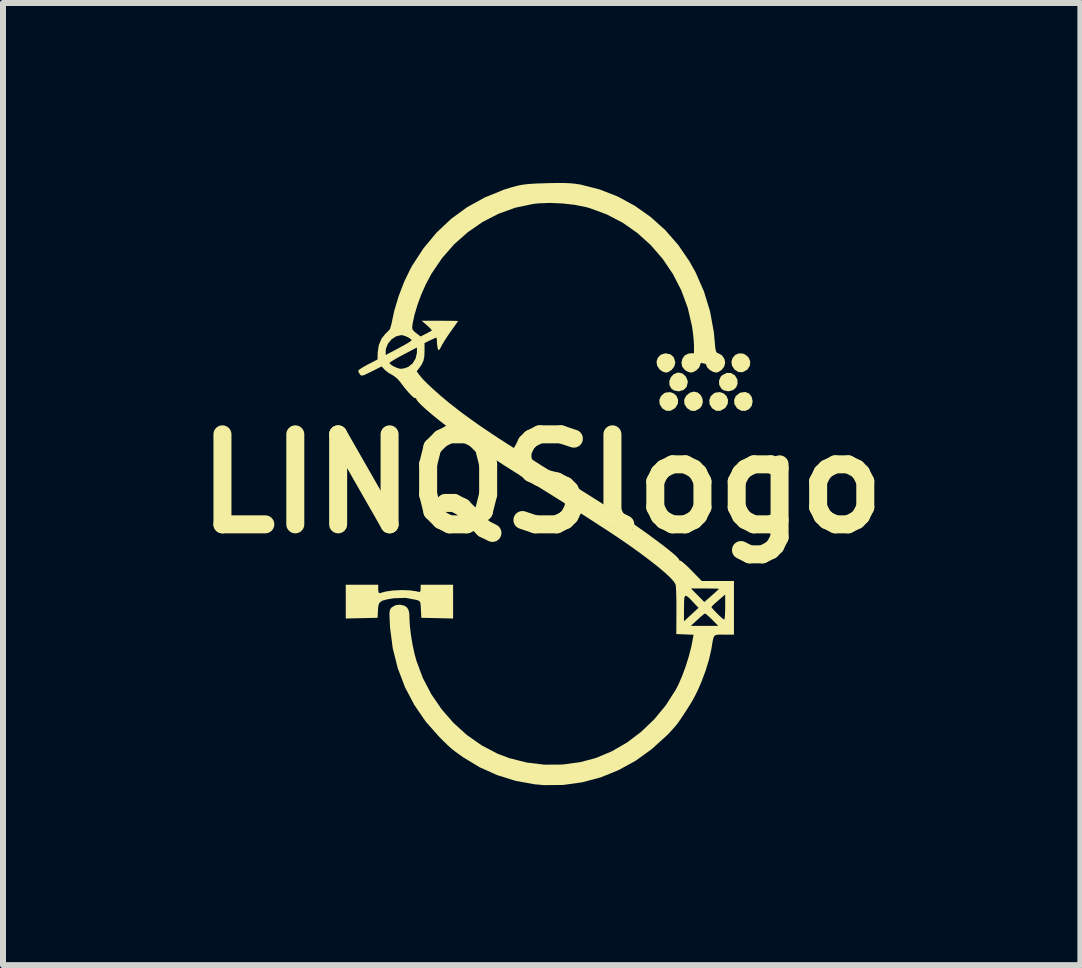
<source format=kicad_pcb>
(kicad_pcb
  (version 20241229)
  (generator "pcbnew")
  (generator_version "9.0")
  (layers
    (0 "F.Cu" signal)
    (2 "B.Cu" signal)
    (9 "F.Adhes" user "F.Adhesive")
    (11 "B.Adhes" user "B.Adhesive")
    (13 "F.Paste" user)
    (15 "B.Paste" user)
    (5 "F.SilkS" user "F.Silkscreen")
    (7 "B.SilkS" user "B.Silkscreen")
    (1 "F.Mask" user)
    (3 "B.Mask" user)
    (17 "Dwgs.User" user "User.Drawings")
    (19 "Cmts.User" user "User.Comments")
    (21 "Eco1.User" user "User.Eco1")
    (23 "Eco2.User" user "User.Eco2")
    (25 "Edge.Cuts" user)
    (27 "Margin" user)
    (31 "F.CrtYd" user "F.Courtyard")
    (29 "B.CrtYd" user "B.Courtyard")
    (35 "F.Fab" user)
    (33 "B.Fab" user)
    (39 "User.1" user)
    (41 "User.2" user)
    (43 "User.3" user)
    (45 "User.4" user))
  (footprint "LINQSlogo"
    (layer "F.Cu")
    (at 5.979 5.011)
    (property "Reference" "LINQSlogo" (at 0 0 0) (layer "F.SilkS") (effects (font (size 1.5 1.5) (thickness 0.3))))
    (attr board_only exclude_from_pos_files exclude_from_bom)
    (fp_poly (pts (xy 2.599 -1.519) (xy 2.647 -1.479) (xy 2.678 -1.422) (xy 2.686 -1.358) (xy 2.666 -1.294) (xy 2.632 -1.253) (xy 2.56 -1.213) (xy 2.49 -1.214) (xy 2.424 -1.257) (xy 2.423 -1.258) (xy 2.379 -1.325) (xy 2.374 -1.397) (xy 2.405 -1.463) (xy 2.47 -1.516) (xy 2.538 -1.534)) (stroke (width 0) (type solid)) (fill yes) (layer "F.SilkS"))
    (fp_poly (pts (xy 3.353 -2.168) (xy 3.388 -2.154) (xy 3.447 -2.104) (xy 3.475 -2.039) (xy 3.471 -1.969) (xy 3.433 -1.907) (xy 3.419 -1.895) (xy 3.346 -1.857) (xy 3.276 -1.861) (xy 3.213 -1.902) (xy 3.171 -1.967) (xy 3.162 -2.035) (xy 3.182 -2.096) (xy 3.224 -2.145) (xy 3.283 -2.171)) (stroke (width 0) (type solid)) (fill yes) (layer "F.SilkS"))
    (fp_poly (pts (xy 3.455 -1.503) (xy 3.499 -1.448) (xy 3.516 -1.371) (xy 3.499 -1.295) (xy 3.455 -1.241) (xy 3.394 -1.213) (xy 3.326 -1.215) (xy 3.261 -1.252) (xy 3.255 -1.258) (xy 3.212 -1.325) (xy 3.206 -1.396) (xy 3.235 -1.461) (xy 3.297 -1.51) (xy 3.314 -1.517) (xy 3.391 -1.528)) (stroke (width 0) (type solid)) (fill yes) (layer "F.SilkS"))
    (fp_poly (pts (xy 2.203 -1.503) (xy 2.249 -1.458) (xy 2.273 -1.397) (xy 2.269 -1.332) (xy 2.232 -1.269) (xy 2.218 -1.255) (xy 2.146 -1.214) (xy 2.075 -1.214) (xy 2.009 -1.255) (xy 2.007 -1.258) (xy 1.966 -1.323) (xy 1.96 -1.394) (xy 1.987 -1.46) (xy 2.042 -1.508) (xy 2.063 -1.517) (xy 2.139 -1.526)) (stroke (width 0) (type solid)) (fill yes) (layer "F.SilkS"))
    (fp_poly (pts (xy 2.351 -1.833) (xy 2.404 -1.783) (xy 2.432 -1.715) (xy 2.434 -1.689) (xy 2.416 -1.614) (xy 2.366 -1.562) (xy 2.292 -1.54) (xy 2.278 -1.539) (xy 2.204 -1.554) (xy 2.163 -1.581) (xy 2.129 -1.641) (xy 2.127 -1.709) (xy 2.152 -1.773) (xy 2.199 -1.824) (xy 2.264 -1.85) (xy 2.284 -1.851)) (stroke (width 0) (type solid)) (fill yes) (layer "F.SilkS"))
    (fp_poly (pts (xy 3.035 -1.503) (xy 3.081 -1.458) (xy 3.105 -1.397) (xy 3.101 -1.332) (xy 3.064 -1.269) (xy 3.05 -1.255) (xy 2.978 -1.214) (xy 2.908 -1.214) (xy 2.841 -1.255) (xy 2.839 -1.258) (xy 2.798 -1.323) (xy 2.793 -1.394) (xy 2.819 -1.46) (xy 2.874 -1.508) (xy 2.895 -1.517) (xy 2.971 -1.526)) (stroke (width 0) (type solid)) (fill yes) (layer "F.SilkS"))
    (fp_poly (pts (xy 3.155 -1.844) (xy 3.219 -1.805) (xy 3.221 -1.803) (xy 3.261 -1.736) (xy 3.265 -1.666) (xy 3.24 -1.603) (xy 3.188 -1.558) (xy 3.113 -1.539) (xy 3.11 -1.539) (xy 3.036 -1.554) (xy 2.996 -1.581) (xy 2.959 -1.644) (xy 2.955 -1.716) (xy 2.983 -1.782) (xy 3.009 -1.808) (xy 3.082 -1.845)) (stroke (width 0) (type solid)) (fill yes) (layer "F.SilkS"))
    (fp_poly (pts (xy 2.148 -2.154) (xy 2.201 -2.105) (xy 2.225 -2.03) (xy 2.226 -2.015) (xy 2.208 -1.95) (xy 2.163 -1.893) (xy 2.104 -1.857) (xy 2.07 -1.851) (xy 2.018 -1.866) (xy 1.967 -1.901) (xy 1.965 -1.902) (xy 1.922 -1.969) (xy 1.914 -2.038) (xy 1.937 -2.102) (xy 1.986 -2.15) (xy 2.058 -2.171) (xy 2.07 -2.172)) (stroke (width 0) (type solid)) (fill yes) (layer "F.SilkS"))
    (fp_poly (pts (xy -2.725 1.76) (xy -2.721 1.81) (xy -2.706 1.826) (xy -2.696 1.824) (xy -2.596 1.797) (xy -2.471 1.78) (xy -2.335 1.774) (xy -2.203 1.778) (xy -2.091 1.794) (xy -2.065 1.801) (xy -2.032 1.805) (xy -2.02 1.786) (xy -2.018 1.75) (xy -2.018 1.685) (xy -1.747 1.685) (xy -1.477 1.685) (xy -1.477 1.966) (xy -1.477 2.248) (xy -1.742 2.242) (xy -2.007 2.236) (xy -2.014 2.097) (xy -2.018 2.023) (xy -2.025 1.979) (xy -2.041 1.956) (xy -2.07 1.943) (xy -2.086 1.938) (xy -2.268 1.904) (xy -2.458 1.91) (xy -2.483 1.913) (xy -2.586 1.931) (xy -2.654 1.95) (xy -2.696 1.976) (xy -2.718 2.014) (xy -2.727 2.07) (xy -2.729 2.109) (xy -2.736 2.236) (xy -3.001 2.242) (xy -3.266 2.248) (xy -3.266 1.966) (xy -3.266 1.685) (xy -2.996 1.685) (xy -2.725 1.685)) (stroke (width 0) (type solid)) (fill yes) (layer "F.SilkS"))
    (fp_poly (pts (xy 0.366 -5.011) (xy 0.468 -5.007) (xy 0.555 -4.999) (xy 0.638 -4.986) (xy 0.649 -4.984) (xy 0.964 -4.904) (xy 1.266 -4.786) (xy 1.55 -4.632) (xy 1.815 -4.445) (xy 2.058 -4.227) (xy 2.275 -3.979) (xy 2.463 -3.704) (xy 2.564 -3.523) (xy 2.704 -3.204) (xy 2.805 -2.874) (xy 2.868 -2.53) (xy 2.883 -2.374) (xy 2.891 -2.284) (xy 2.899 -2.227) (xy 2.91 -2.194) (xy 2.926 -2.178) (xy 2.947 -2.171) (xy 3.007 -2.136) (xy 3.047 -2.074) (xy 3.058 -2.012) (xy 3.041 -1.95) (xy 2.997 -1.894) (xy 2.94 -1.858) (xy 2.906 -1.851) (xy 2.855 -1.864) (xy 2.801 -1.895) (xy 2.76 -1.934) (xy 2.746 -1.967) (xy 2.735 -1.994) (xy 2.727 -1.997) (xy 2.692 -2.004) (xy 2.675 -2.01) (xy 2.648 -2.008) (xy 2.642 -1.98) (xy 2.624 -1.935) (xy 2.581 -1.891) (xy 2.525 -1.859) (xy 2.486 -1.851) (xy 2.437 -1.864) (xy 2.385 -1.894) (xy 2.385 -1.895) (xy 2.341 -1.951) (xy 2.329 -2.018) (xy 2.345 -2.084) (xy 2.385 -2.138) (xy 2.446 -2.168) (xy 2.472 -2.171) (xy 2.538 -2.174) (xy 2.538 -2.3) (xy 2.534 -2.38) (xy 2.524 -2.483) (xy 2.51 -2.589) (xy 2.505 -2.623) (xy 2.434 -2.929) (xy 2.327 -3.22) (xy 2.187 -3.493) (xy 2.017 -3.745) (xy 1.819 -3.974) (xy 1.596 -4.176) (xy 1.351 -4.348) (xy 1.085 -4.487) (xy 0.803 -4.591) (xy 0.732 -4.611) (xy 0.549 -4.647) (xy 0.344 -4.67) (xy 0.135 -4.679) (xy -0.061 -4.671) (xy -0.147 -4.661) (xy -0.44 -4.599) (xy -0.72 -4.498) (xy -0.986 -4.361) (xy -1.233 -4.19) (xy -1.46 -3.989) (xy -1.662 -3.758) (xy -1.836 -3.501) (xy -1.931 -3.324) (xy -2.006 -3.156) (xy -2.071 -2.979) (xy -2.122 -2.809) (xy -2.153 -2.66) (xy -2.159 -2.601) (xy -2.151 -2.564) (xy -2.119 -2.531) (xy -2.093 -2.51) (xy -2.019 -2.453) (xy -1.93 -2.498) (xy -1.876 -2.526) (xy -1.839 -2.547) (xy -1.831 -2.552) (xy -1.841 -2.569) (xy -1.874 -2.604) (xy -1.912 -2.638) (xy -2.001 -2.715) (xy -1.697 -2.715) (xy -1.59 -2.714) (xy -1.5 -2.714) (xy -1.433 -2.713) (xy -1.398 -2.711) (xy -1.394 -2.711) (xy -1.405 -2.693) (xy -1.436 -2.65) (xy -1.48 -2.587) (xy -1.511 -2.544) (xy -1.568 -2.462) (xy -1.621 -2.38) (xy -1.661 -2.313) (xy -1.671 -2.293) (xy -1.699 -2.241) (xy -1.716 -2.224) (xy -1.728 -2.237) (xy -1.73 -2.241) (xy -1.74 -2.286) (xy -1.746 -2.348) (xy -1.746 -2.356) (xy -1.749 -2.406) (xy -1.755 -2.433) (xy -1.757 -2.434) (xy -1.78 -2.426) (xy -1.827 -2.404) (xy -1.86 -2.389) (xy -1.953 -2.343) (xy -1.953 -2.223) (xy -1.956 -2.124) (xy -1.97 -2.052) (xy -1.998 -1.989) (xy -2.032 -1.94) (xy -2.083 -1.872) (xy -2.042 -1.814) (xy -1.986 -1.747) (xy -1.901 -1.661) (xy -1.794 -1.561) (xy -1.67 -1.452) (xy -1.534 -1.339) (xy -1.392 -1.228) (xy -1.328 -1.179) (xy -1.235 -1.111) (xy -1.142 -1.044) (xy -1.046 -0.976) (xy -0.943 -0.906) (xy -0.83 -0.83) (xy -0.704 -0.747) (xy -0.56 -0.654) (xy -0.396 -0.55) (xy -0.208 -0.431) (xy 0.007 -0.296) (xy 0.253 -0.142) (xy 0.364 -0.073) (xy 0.611 0.081) (xy 0.826 0.217) (xy 1.014 0.335) (xy 1.178 0.44) (xy 1.321 0.534) (xy 1.449 0.618) (xy 1.564 0.696) (xy 1.671 0.771) (xy 1.773 0.844) (xy 1.872 0.917) (xy 2.023 1.03) (xy 2.14 1.122) (xy 2.224 1.192) (xy 2.274 1.242) (xy 2.293 1.271) (xy 2.293 1.275) (xy 2.3 1.284) (xy 2.305 1.282) (xy 2.326 1.291) (xy 2.369 1.326) (xy 2.428 1.379) (xy 2.496 1.447) (xy 2.668 1.623) (xy 2.936 1.623) (xy 3.204 1.623) (xy 3.204 2.07) (xy 3.204 2.517) (xy 3.038 2.517) (xy 2.966 2.516) (xy 2.917 2.519) (xy 2.886 2.531) (xy 2.866 2.559) (xy 2.852 2.611) (xy 2.838 2.692) (xy 2.828 2.756) (xy 2.789 2.929) (xy 2.731 3.12) (xy 2.657 3.316) (xy 2.605 3.436) (xy 2.563 3.521) (xy 2.518 3.606) (xy 2.463 3.697) (xy 2.395 3.804) (xy 2.309 3.934) (xy 2.274 3.984) (xy 2.239 4.029) (xy 2.184 4.092) (xy 2.119 4.163) (xy 2.087 4.195) (xy 1.835 4.424) (xy 1.566 4.618) (xy 1.28 4.775) (xy 0.983 4.896) (xy 0.674 4.978) (xy 0.359 5.022) (xy 0.039 5.025) (xy -0.119 5.011) (xy -0.434 4.954) (xy -0.743 4.858) (xy -1.037 4.726) (xy -1.3 4.567) (xy -1.383 4.509) (xy -1.448 4.461) (xy -1.505 4.416) (xy -1.563 4.364) (xy -1.632 4.297) (xy -1.706 4.223) (xy -1.931 3.969) (xy -2.122 3.691) (xy -2.279 3.393) (xy -2.399 3.077) (xy -2.483 2.745) (xy -2.528 2.4) (xy -2.531 2.341) (xy -2.536 2.239) (xy -2.538 2.169) (xy -2.534 2.124) (xy -2.525 2.094) (xy -2.509 2.072) (xy -2.499 2.062) (xy -2.437 2.026) (xy -2.362 2.017) (xy -2.289 2.034) (xy -2.247 2.063) (xy -2.222 2.102) (xy -2.208 2.157) (xy -2.205 2.235) (xy -2.198 2.365) (xy -2.18 2.519) (xy -2.153 2.683) (xy -2.119 2.841) (xy -2.088 2.954) (xy -1.981 3.24) (xy -1.84 3.51) (xy -1.668 3.761) (xy -1.469 3.989) (xy -1.247 4.19) (xy -1.004 4.36) (xy -0.745 4.497) (xy -0.544 4.574) (xy -0.253 4.648) (xy 0.045 4.684) (xy 0.346 4.682) (xy 0.641 4.642) (xy 0.905 4.572) (xy 1.169 4.461) (xy 1.423 4.314) (xy 1.66 4.134) (xy 1.877 3.926) (xy 2.069 3.693) (xy 2.23 3.441) (xy 2.273 3.36) (xy 2.334 3.221) (xy 2.395 3.059) (xy 2.449 2.888) (xy 2.491 2.728) (xy 2.503 2.669) (xy 2.531 2.519) (xy 2.387 2.513) (xy 2.243 2.507) (xy 2.244 2.37) (xy 2.486 2.37) (xy 2.714 2.371) (xy 2.942 2.371) (xy 2.84 2.267) (xy 2.787 2.216) (xy 2.745 2.179) (xy 2.723 2.164) (xy 2.722 2.163) (xy 2.701 2.177) (xy 2.658 2.212) (xy 2.603 2.261) (xy 2.597 2.267) (xy 2.486 2.37) (xy 2.244 2.37) (xy 2.244 2.295) (xy 2.371 2.295) (xy 2.492 2.182) (xy 2.613 2.07) (xy 2.6 2.056) (xy 2.829 2.056) (xy 2.843 2.078) (xy 2.878 2.117) (xy 2.925 2.166) (xy 2.974 2.213) (xy 3.016 2.25) (xy 3.04 2.267) (xy 3.042 2.267) (xy 3.048 2.248) (xy 3.054 2.196) (xy 3.057 2.12) (xy 3.058 2.058) (xy 3.058 1.848) (xy 2.944 1.946) (xy 2.888 1.995) (xy 2.847 2.034) (xy 2.829 2.055) (xy 2.829 2.056) (xy 2.6 2.056) (xy 2.529 1.98) (xy 2.464 1.912) (xy 2.42 1.875) (xy 2.393 1.869) (xy 2.378 1.898) (xy 2.373 1.963) (xy 2.372 2.068) (xy 2.371 2.072) (xy 2.371 2.295) (xy 2.244 2.295) (xy 2.245 2.122) (xy 2.245 1.996) (xy 2.243 1.881) (xy 2.24 1.785) (xy 2.238 1.747) (xy 2.487 1.747) (xy 2.599 1.86) (xy 2.71 1.973) (xy 2.832 1.866) (xy 2.89 1.815) (xy 2.932 1.775) (xy 2.953 1.755) (xy 2.954 1.753) (xy 2.935 1.751) (xy 2.882 1.749) (xy 2.804 1.748) (xy 2.721 1.747) (xy 2.487 1.747) (xy 2.238 1.747) (xy 2.236 1.715) (xy 2.231 1.682) (xy 2.203 1.634) (xy 2.143 1.567) (xy 2.054 1.484) (xy 1.938 1.386) (xy 1.799 1.277) (xy 1.641 1.158) (xy 1.465 1.032) (xy 1.276 0.902) (xy 1.133 0.807) (xy 1.06 0.759) (xy 1.498 0.759) (xy 1.508 0.77) (xy 1.519 0.759) (xy 1.508 0.749) (xy 1.498 0.759) (xy 1.06 0.759) (xy 1.009 0.726) (xy 0.996 0.718) (xy 1.144 0.718) (xy 1.155 0.728) (xy 1.165 0.718) (xy 1.155 0.707) (xy 1.144 0.718) (xy 0.996 0.718) (xy 0.899 0.655) (xy 0.797 0.589) (xy 0.698 0.525) (xy 0.596 0.46) (xy 0.485 0.39) (xy 0.36 0.312) (xy 0.214 0.221) (xy 0.043 0.114) (xy -0.094 0.03) (xy -0.364 -0.139) (xy -0.603 -0.29) (xy -0.814 -0.426) (xy -1.002 -0.548) (xy -1.17 -0.661) (xy -1.323 -0.767) (xy -1.465 -0.869) (xy -1.487 -0.885) (xy -1.61 -0.977) (xy -1.728 -1.069) (xy -1.836 -1.158) (xy -1.931 -1.239) (xy -2.007 -1.309) (xy -2.06 -1.364) (xy -2.086 -1.399) (xy -2.088 -1.406) (xy -2.096 -1.425) (xy -2.104 -1.423) (xy -2.127 -1.431) (xy -2.169 -1.466) (xy -2.221 -1.521) (xy -2.279 -1.589) (xy -2.336 -1.663) (xy -2.356 -1.691) (xy -2.408 -1.751) (xy -2.471 -1.799) (xy -2.491 -1.811) (xy -2.556 -1.848) (xy -2.613 -1.894) (xy -2.619 -1.9) (xy -2.668 -1.953) (xy -2.836 -1.869) (xy -2.916 -1.83) (xy -2.967 -1.807) (xy -2.998 -1.8) (xy -3.017 -1.807) (xy -3.031 -1.822) (xy -3.053 -1.861) (xy -3.058 -1.881) (xy -3.041 -1.9) (xy -2.994 -1.932) (xy -2.928 -1.97) (xy -2.897 -1.987) (xy -2.847 -2.012) (xy -2.538 -2.012) (xy -2.52 -1.988) (xy -2.477 -1.959) (xy -2.421 -1.933) (xy -2.367 -1.916) (xy -2.344 -1.914) (xy -2.284 -1.924) (xy -2.224 -1.946) (xy -2.151 -2.005) (xy -2.101 -2.089) (xy -2.08 -2.184) (xy -2.08 -2.19) (xy -2.08 -2.269) (xy -2.309 -2.149) (xy -2.396 -2.102) (xy -2.468 -2.06) (xy -2.517 -2.029) (xy -2.537 -2.013) (xy -2.538 -2.012) (xy -2.847 -2.012) (xy -2.736 -2.07) (xy -2.735 -2.144) (xy -2.6 -2.144) (xy -2.387 -2.257) (xy -2.303 -2.303) (xy -2.233 -2.343) (xy -2.186 -2.374) (xy -2.168 -2.389) (xy -2.181 -2.408) (xy -2.219 -2.434) (xy -2.27 -2.458) (xy -2.319 -2.473) (xy -2.339 -2.476) (xy -2.425 -2.456) (xy -2.503 -2.405) (xy -2.564 -2.332) (xy -2.597 -2.247) (xy -2.6 -2.211) (xy -2.6 -2.144) (xy -2.735 -2.144) (xy -2.734 -2.184) (xy -2.716 -2.307) (xy -2.67 -2.417) (xy -2.601 -2.503) (xy -2.581 -2.52) (xy -2.53 -2.575) (xy -2.507 -2.65) (xy -2.458 -2.881) (xy -2.385 -3.124) (xy -2.293 -3.364) (xy -2.187 -3.583) (xy -2.162 -3.629) (xy -1.971 -3.922) (xy -1.754 -4.183) (xy -1.511 -4.412) (xy -1.243 -4.608) (xy -0.949 -4.77) (xy -0.632 -4.899) (xy -0.491 -4.943) (xy -0.415 -4.963) (xy -0.345 -4.978) (xy -0.27 -4.989) (xy -0.181 -4.997) (xy -0.07 -5.003) (xy 0.073 -5.007) (xy 0.083 -5.008) (xy 0.241 -5.011)) (stroke (width 0) (type solid)) (fill yes) (layer "F.SilkS")))
  (gr_rect
    (start -3 -3)
    (end 14.957 13.036)
    (stroke (width 0.1) (type default))
    (fill no)
    (layer "Edge.Cuts")))
</source>
